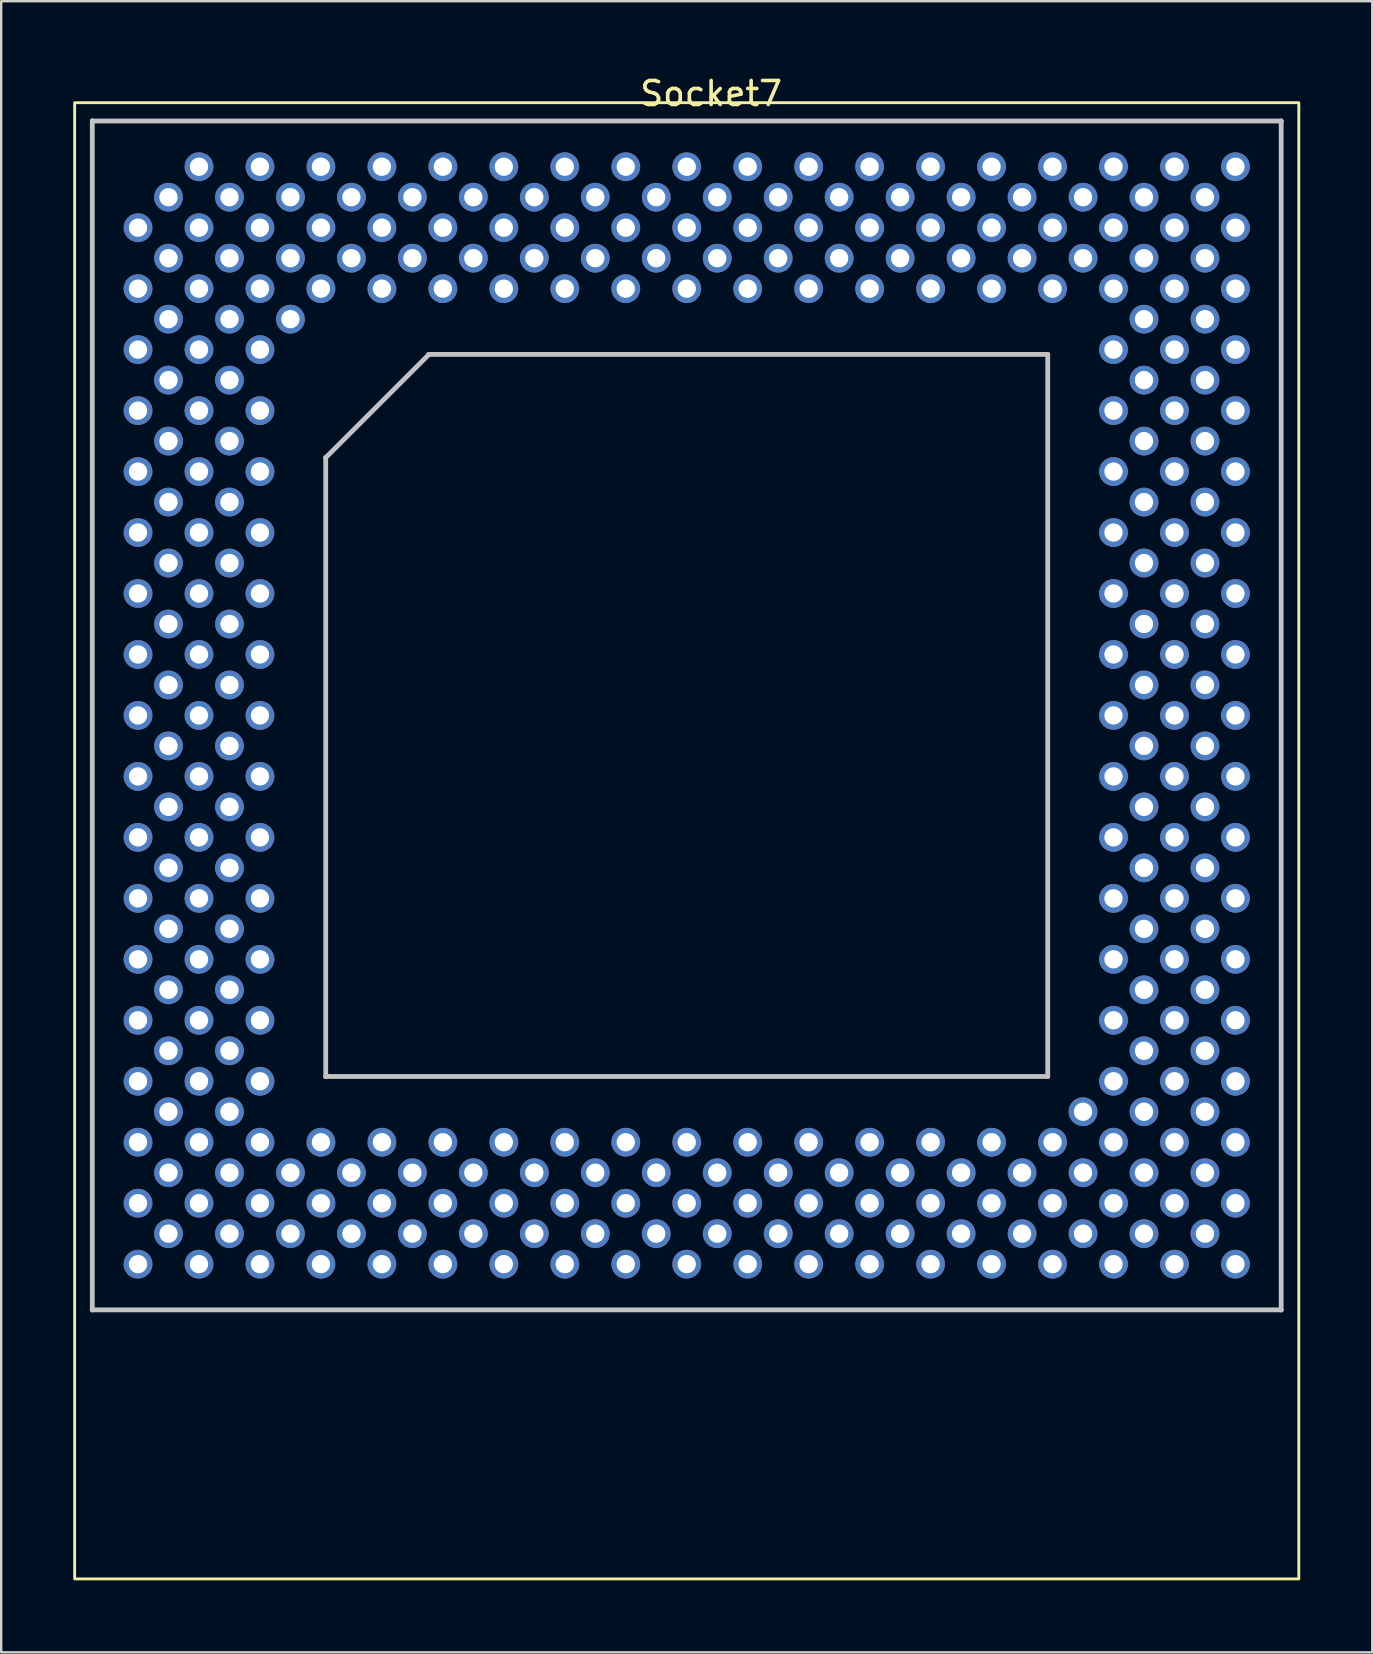
<source format=kicad_pcb>
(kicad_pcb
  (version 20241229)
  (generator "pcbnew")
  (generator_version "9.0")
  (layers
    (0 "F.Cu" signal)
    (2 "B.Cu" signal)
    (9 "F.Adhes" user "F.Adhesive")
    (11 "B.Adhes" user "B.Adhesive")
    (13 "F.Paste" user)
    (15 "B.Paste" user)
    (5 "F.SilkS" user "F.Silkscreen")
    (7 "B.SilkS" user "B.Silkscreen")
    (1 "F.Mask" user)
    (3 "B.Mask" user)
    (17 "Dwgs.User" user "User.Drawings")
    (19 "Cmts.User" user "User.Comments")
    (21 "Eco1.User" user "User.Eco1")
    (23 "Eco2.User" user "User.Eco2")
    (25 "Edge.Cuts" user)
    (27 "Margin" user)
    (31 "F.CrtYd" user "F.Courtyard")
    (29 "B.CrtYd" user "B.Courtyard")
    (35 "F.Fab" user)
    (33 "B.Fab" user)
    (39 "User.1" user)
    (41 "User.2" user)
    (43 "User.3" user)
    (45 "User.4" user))
  (footprint "Socket7"
    (layer "F.Cu")
    (at 0.668 1.737)
    (property "Reference" "Socket7" (at 25.908 -0.889 0) (layer "F.SilkS") (effects (font (size 1 1) (thickness 0.15))))
    (attr through_hole)
    (fp_rect (start -0.608 -0.508) (end 50.392 60.992) (stroke (width 0.12) (type solid)) (fill no) (layer "F.SilkS"))
    (fp_line (start 0.127 0.254) (end 0.127 0.254) (stroke (width 0.2) (type solid)) (layer "Dwgs.User"))
    (fp_line (start 0.127 0.254) (end 49.657 0.254) (stroke (width 0.2) (type solid)) (layer "Dwgs.User"))
    (fp_line (start 0.127 49.784) (end 0.127 0.254) (stroke (width 0.2) (type solid)) (layer "Dwgs.User"))
    (fp_line (start 0.127 49.784) (end 0.127 49.784) (stroke (width 0.2) (type solid)) (layer "Dwgs.User"))
    (fp_line (start 9.852 14.279) (end 9.852 14.279) (stroke (width 0.2) (type solid)) (layer "Dwgs.User"))
    (fp_line (start 9.852 14.279) (end 14.152 9.979) (stroke (width 0.2) (type solid)) (layer "Dwgs.User"))
    (fp_line (start 9.852 40.059) (end 9.852 14.279) (stroke (width 0.2) (type solid)) (layer "Dwgs.User"))
    (fp_line (start 9.852 40.059) (end 9.852 40.059) (stroke (width 0.2) (type solid)) (layer "Dwgs.User"))
    (fp_line (start 14.152 9.979) (end 14.152 9.979) (stroke (width 0.2) (type solid)) (layer "Dwgs.User"))
    (fp_line (start 14.152 9.979) (end 39.932 9.979) (stroke (width 0.2) (type solid)) (layer "Dwgs.User"))
    (fp_line (start 39.932 9.979) (end 39.932 9.979) (stroke (width 0.2) (type solid)) (layer "Dwgs.User"))
    (fp_line (start 39.932 9.979) (end 39.932 40.059) (stroke (width 0.2) (type solid)) (layer "Dwgs.User"))
    (fp_line (start 39.932 40.059) (end 9.852 40.059) (stroke (width 0.2) (type solid)) (layer "Dwgs.User"))
    (fp_line (start 39.932 40.059) (end 39.932 40.059) (stroke (width 0.2) (type solid)) (layer "Dwgs.User"))
    (fp_line (start 49.657 0.254) (end 49.657 0.254) (stroke (width 0.2) (type solid)) (layer "Dwgs.User"))
    (fp_line (start 49.657 49.784) (end 0.127 49.784) (stroke (width 0.2) (type solid)) (layer "Dwgs.User"))
    (fp_line (start 49.657 49.784) (end 49.657 0.254) (stroke (width 0.2) (type solid)) (layer "Dwgs.User"))
    (fp_line (start 49.657 49.784) (end 49.657 49.784) (stroke (width 0.2) (type solid)) (layer "Dwgs.User"))
    (pad "A03" thru_hole circle (at 4.572 2.159) (size 1.2 1.2) (drill 0.762) (layers "*.Cu" "*.Mask"))
    (pad "A05" thru_hole circle (at 7.112 2.159) (size 1.2 1.2) (drill 0.762) (layers "*.Cu" "*.Mask"))
    (pad "A07" thru_hole circle (at 9.652 2.159) (size 1.2 1.2) (drill 0.762) (layers "*.Cu" "*.Mask"))
    (pad "A09" thru_hole circle (at 12.192 2.159) (size 1.2 1.2) (drill 0.762) (layers "*.Cu" "*.Mask"))
    (pad "A11" thru_hole circle (at 14.732 2.159) (size 1.2 1.2) (drill 0.762) (layers "*.Cu" "*.Mask"))
    (pad "A13" thru_hole circle (at 17.272 2.159) (size 1.2 1.2) (drill 0.762) (layers "*.Cu" "*.Mask"))
    (pad "A15" thru_hole circle (at 19.812 2.159) (size 1.2 1.2) (drill 0.762) (layers "*.Cu" "*.Mask"))
    (pad "A17" thru_hole circle (at 22.352 2.159) (size 1.2 1.2) (drill 0.762) (layers "*.Cu" "*.Mask"))
    (pad "A19" thru_hole circle (at 24.892 2.159) (size 1.2 1.2) (drill 0.762) (layers "*.Cu" "*.Mask"))
    (pad "A21" thru_hole circle (at 27.432 2.159) (size 1.2 1.2) (drill 0.762) (layers "*.Cu" "*.Mask"))
    (pad "A23" thru_hole circle (at 29.972 2.159) (size 1.2 1.2) (drill 0.762) (layers "*.Cu" "*.Mask"))
    (pad "A25" thru_hole circle (at 32.512 2.159) (size 1.2 1.2) (drill 0.762) (layers "*.Cu" "*.Mask"))
    (pad "A27" thru_hole circle (at 35.052 2.159) (size 1.2 1.2) (drill 0.762) (layers "*.Cu" "*.Mask"))
    (pad "A29" thru_hole circle (at 37.592 2.159) (size 1.2 1.2) (drill 0.762) (layers "*.Cu" "*.Mask"))
    (pad "A31" thru_hole circle (at 40.132 2.159) (size 1.2 1.2) (drill 0.762) (layers "*.Cu" "*.Mask"))
    (pad "A33" thru_hole circle (at 42.672 2.159) (size 1.2 1.2) (drill 0.762) (layers "*.Cu" "*.Mask"))
    (pad "A35" thru_hole circle (at 45.212 2.159) (size 1.2 1.2) (drill 0.762) (layers "*.Cu" "*.Mask"))
    (pad "A37" thru_hole circle (at 47.752 2.159) (size 1.2 1.2) (drill 0.762) (layers "*.Cu" "*.Mask"))
    (pad "AA01" thru_hole circle (at 2.032 32.639) (size 1.2 1.2) (drill 0.762) (layers "*.Cu" "*.Mask"))
    (pad "AA03" thru_hole circle (at 4.572 32.639) (size 1.2 1.2) (drill 0.762) (layers "*.Cu" "*.Mask"))
    (pad "AA05" thru_hole circle (at 7.112 32.639) (size 1.2 1.2) (drill 0.762) (layers "*.Cu" "*.Mask"))
    (pad "AA33" thru_hole circle (at 42.672 32.639) (size 1.2 1.2) (drill 0.762) (layers "*.Cu" "*.Mask"))
    (pad "AA35" thru_hole circle (at 45.212 32.639) (size 1.2 1.2) (drill 0.762) (layers "*.Cu" "*.Mask"))
    (pad "AA37" thru_hole circle (at 47.752 32.639) (size 1.2 1.2) (drill 0.762) (layers "*.Cu" "*.Mask"))
    (pad "AB02" thru_hole circle (at 3.302 33.909) (size 1.2 1.2) (drill 0.762) (layers "*.Cu" "*.Mask"))
    (pad "AB04" thru_hole circle (at 5.842 33.909) (size 1.2 1.2) (drill 0.762) (layers "*.Cu" "*.Mask"))
    (pad "AB34" thru_hole circle (at 43.942 33.909) (size 1.2 1.2) (drill 0.762) (layers "*.Cu" "*.Mask"))
    (pad "AB36" thru_hole circle (at 46.482 33.909) (size 1.2 1.2) (drill 0.762) (layers "*.Cu" "*.Mask"))
    (pad "AC01" thru_hole circle (at 2.032 35.179) (size 1.2 1.2) (drill 0.762) (layers "*.Cu" "*.Mask"))
    (pad "AC03" thru_hole circle (at 4.572 35.179) (size 1.2 1.2) (drill 0.762) (layers "*.Cu" "*.Mask"))
    (pad "AC05" thru_hole circle (at 7.112 35.179) (size 1.2 1.2) (drill 0.762) (layers "*.Cu" "*.Mask"))
    (pad "AC33" thru_hole circle (at 42.672 35.179) (size 1.2 1.2) (drill 0.762) (layers "*.Cu" "*.Mask"))
    (pad "AC35" thru_hole circle (at 45.212 35.179) (size 1.2 1.2) (drill 0.762) (layers "*.Cu" "*.Mask"))
    (pad "AC37" thru_hole circle (at 47.752 35.179) (size 1.2 1.2) (drill 0.762) (layers "*.Cu" "*.Mask"))
    (pad "AD02" thru_hole circle (at 3.302 36.449) (size 1.2 1.2) (drill 0.762) (layers "*.Cu" "*.Mask"))
    (pad "AD04" thru_hole circle (at 5.842 36.449) (size 1.2 1.2) (drill 0.762) (layers "*.Cu" "*.Mask"))
    (pad "AD34" thru_hole circle (at 43.942 36.449) (size 1.2 1.2) (drill 0.762) (layers "*.Cu" "*.Mask"))
    (pad "AD36" thru_hole circle (at 46.482 36.449) (size 1.2 1.2) (drill 0.762) (layers "*.Cu" "*.Mask"))
    (pad "AE01" thru_hole circle (at 2.032 37.719) (size 1.2 1.2) (drill 0.762) (layers "*.Cu" "*.Mask"))
    (pad "AE03" thru_hole circle (at 4.572 37.719) (size 1.2 1.2) (drill 0.762) (layers "*.Cu" "*.Mask"))
    (pad "AE05" thru_hole circle (at 7.112 37.719) (size 1.2 1.2) (drill 0.762) (layers "*.Cu" "*.Mask"))
    (pad "AE33" thru_hole circle (at 42.672 37.719) (size 1.2 1.2) (drill 0.762) (layers "*.Cu" "*.Mask"))
    (pad "AE35" thru_hole circle (at 45.212 37.719) (size 1.2 1.2) (drill 0.762) (layers "*.Cu" "*.Mask"))
    (pad "AE37" thru_hole circle (at 47.752 37.719) (size 1.2 1.2) (drill 0.762) (layers "*.Cu" "*.Mask"))
    (pad "AF02" thru_hole circle (at 3.302 38.989) (size 1.2 1.2) (drill 0.762) (layers "*.Cu" "*.Mask"))
    (pad "AF04" thru_hole circle (at 5.842 38.989) (size 1.2 1.2) (drill 0.762) (layers "*.Cu" "*.Mask"))
    (pad "AF34" thru_hole circle (at 43.942 38.989) (size 1.2 1.2) (drill 0.762) (layers "*.Cu" "*.Mask"))
    (pad "AF36" thru_hole circle (at 46.482 38.989) (size 1.2 1.2) (drill 0.762) (layers "*.Cu" "*.Mask"))
    (pad "AG01" thru_hole circle (at 2.032 40.259) (size 1.2 1.2) (drill 0.762) (layers "*.Cu" "*.Mask"))
    (pad "AG03" thru_hole circle (at 4.572 40.259) (size 1.2 1.2) (drill 0.762) (layers "*.Cu" "*.Mask"))
    (pad "AG05" thru_hole circle (at 7.112 40.259) (size 1.2 1.2) (drill 0.762) (layers "*.Cu" "*.Mask"))
    (pad "AG33" thru_hole circle (at 42.672 40.259) (size 1.2 1.2) (drill 0.762) (layers "*.Cu" "*.Mask"))
    (pad "AG35" thru_hole circle (at 45.212 40.259) (size 1.2 1.2) (drill 0.762) (layers "*.Cu" "*.Mask"))
    (pad "AG37" thru_hole circle (at 47.752 40.259) (size 1.2 1.2) (drill 0.762) (layers "*.Cu" "*.Mask"))
    (pad "AH02" thru_hole circle (at 3.302 41.529) (size 1.2 1.2) (drill 0.762) (layers "*.Cu" "*.Mask"))
    (pad "AH04" thru_hole circle (at 5.842 41.529) (size 1.2 1.2) (drill 0.762) (layers "*.Cu" "*.Mask"))
    (pad "AH32" thru_hole circle (at 41.402 41.529) (size 1.2 1.2) (drill 0.762) (layers "*.Cu" "*.Mask"))
    (pad "AH34" thru_hole circle (at 43.942 41.529) (size 1.2 1.2) (drill 0.762) (layers "*.Cu" "*.Mask"))
    (pad "AH36" thru_hole circle (at 46.482 41.529) (size 1.2 1.2) (drill 0.762) (layers "*.Cu" "*.Mask"))
    (pad "AJ01" thru_hole circle (at 2.032 42.799) (size 1.2 1.2) (drill 0.762) (layers "*.Cu" "*.Mask"))
    (pad "AJ03" thru_hole circle (at 4.572 42.799) (size 1.2 1.2) (drill 0.762) (layers "*.Cu" "*.Mask"))
    (pad "AJ05" thru_hole circle (at 7.112 42.799) (size 1.2 1.2) (drill 0.762) (layers "*.Cu" "*.Mask"))
    (pad "AJ07" thru_hole circle (at 9.652 42.799) (size 1.2 1.2) (drill 0.762) (layers "*.Cu" "*.Mask"))
    (pad "AJ09" thru_hole circle (at 12.192 42.799) (size 1.2 1.2) (drill 0.762) (layers "*.Cu" "*.Mask"))
    (pad "AJ11" thru_hole circle (at 14.732 42.799) (size 1.2 1.2) (drill 0.762) (layers "*.Cu" "*.Mask"))
    (pad "AJ13" thru_hole circle (at 17.272 42.799) (size 1.2 1.2) (drill 0.762) (layers "*.Cu" "*.Mask"))
    (pad "AJ15" thru_hole circle (at 19.812 42.799) (size 1.2 1.2) (drill 0.762) (layers "*.Cu" "*.Mask"))
    (pad "AJ17" thru_hole circle (at 22.352 42.799) (size 1.2 1.2) (drill 0.762) (layers "*.Cu" "*.Mask"))
    (pad "AJ19" thru_hole circle (at 24.892 42.799) (size 1.2 1.2) (drill 0.762) (layers "*.Cu" "*.Mask"))
    (pad "AJ21" thru_hole circle (at 27.432 42.799) (size 1.2 1.2) (drill 0.762) (layers "*.Cu" "*.Mask"))
    (pad "AJ23" thru_hole circle (at 29.972 42.799) (size 1.2 1.2) (drill 0.762) (layers "*.Cu" "*.Mask"))
    (pad "AJ25" thru_hole circle (at 32.512 42.799) (size 1.2 1.2) (drill 0.762) (layers "*.Cu" "*.Mask"))
    (pad "AJ27" thru_hole circle (at 35.052 42.799) (size 1.2 1.2) (drill 0.762) (layers "*.Cu" "*.Mask"))
    (pad "AJ29" thru_hole circle (at 37.592 42.799) (size 1.2 1.2) (drill 0.762) (layers "*.Cu" "*.Mask"))
    (pad "AJ31" thru_hole circle (at 40.132 42.799) (size 1.2 1.2) (drill 0.762) (layers "*.Cu" "*.Mask"))
    (pad "AJ33" thru_hole circle (at 42.672 42.799) (size 1.2 1.2) (drill 0.762) (layers "*.Cu" "*.Mask"))
    (pad "AJ35" thru_hole circle (at 45.212 42.799) (size 1.2 1.2) (drill 0.762) (layers "*.Cu" "*.Mask"))
    (pad "AJ37" thru_hole circle (at 47.752 42.799) (size 1.2 1.2) (drill 0.762) (layers "*.Cu" "*.Mask"))
    (pad "AK02" thru_hole circle (at 3.302 44.069) (size 1.2 1.2) (drill 0.762) (layers "*.Cu" "*.Mask"))
    (pad "AK04" thru_hole circle (at 5.842 44.069) (size 1.2 1.2) (drill 0.762) (layers "*.Cu" "*.Mask"))
    (pad "AK06" thru_hole circle (at 8.382 44.069) (size 1.2 1.2) (drill 0.762) (layers "*.Cu" "*.Mask"))
    (pad "AK08" thru_hole circle (at 10.922 44.069) (size 1.2 1.2) (drill 0.762) (layers "*.Cu" "*.Mask"))
    (pad "AK10" thru_hole circle (at 13.462 44.069) (size 1.2 1.2) (drill 0.762) (layers "*.Cu" "*.Mask"))
    (pad "AK12" thru_hole circle (at 16.002 44.069) (size 1.2 1.2) (drill 0.762) (layers "*.Cu" "*.Mask"))
    (pad "AK14" thru_hole circle (at 18.542 44.069) (size 1.2 1.2) (drill 0.762) (layers "*.Cu" "*.Mask"))
    (pad "AK16" thru_hole circle (at 21.082 44.069) (size 1.2 1.2) (drill 0.762) (layers "*.Cu" "*.Mask"))
    (pad "AK18" thru_hole circle (at 23.622 44.069) (size 1.2 1.2) (drill 0.762) (layers "*.Cu" "*.Mask"))
    (pad "AK20" thru_hole circle (at 26.162 44.069) (size 1.2 1.2) (drill 0.762) (layers "*.Cu" "*.Mask"))
    (pad "AK22" thru_hole circle (at 28.702 44.069) (size 1.2 1.2) (drill 0.762) (layers "*.Cu" "*.Mask"))
    (pad "AK24" thru_hole circle (at 31.242 44.069) (size 1.2 1.2) (drill 0.762) (layers "*.Cu" "*.Mask"))
    (pad "AK26" thru_hole circle (at 33.782 44.069) (size 1.2 1.2) (drill 0.762) (layers "*.Cu" "*.Mask"))
    (pad "AK28" thru_hole circle (at 36.322 44.069) (size 1.2 1.2) (drill 0.762) (layers "*.Cu" "*.Mask"))
    (pad "AK30" thru_hole circle (at 38.862 44.069) (size 1.2 1.2) (drill 0.762) (layers "*.Cu" "*.Mask"))
    (pad "AK32" thru_hole circle (at 41.402 44.069) (size 1.2 1.2) (drill 0.762) (layers "*.Cu" "*.Mask"))
    (pad "AK34" thru_hole circle (at 43.942 44.069) (size 1.2 1.2) (drill 0.762) (layers "*.Cu" "*.Mask"))
    (pad "AK36" thru_hole circle (at 46.482 44.069) (size 1.2 1.2) (drill 0.762) (layers "*.Cu" "*.Mask"))
    (pad "AL01" thru_hole circle (at 2.032 45.339) (size 1.2 1.2) (drill 0.762) (layers "*.Cu" "*.Mask"))
    (pad "AL03" thru_hole circle (at 4.572 45.339) (size 1.2 1.2) (drill 0.762) (layers "*.Cu" "*.Mask"))
    (pad "AL05" thru_hole circle (at 7.112 45.339) (size 1.2 1.2) (drill 0.762) (layers "*.Cu" "*.Mask"))
    (pad "AL07" thru_hole circle (at 9.652 45.339) (size 1.2 1.2) (drill 0.762) (layers "*.Cu" "*.Mask"))
    (pad "AL09" thru_hole circle (at 12.192 45.339) (size 1.2 1.2) (drill 0.762) (layers "*.Cu" "*.Mask"))
    (pad "AL11" thru_hole circle (at 14.732 45.339) (size 1.2 1.2) (drill 0.762) (layers "*.Cu" "*.Mask"))
    (pad "AL13" thru_hole circle (at 17.272 45.339) (size 1.2 1.2) (drill 0.762) (layers "*.Cu" "*.Mask"))
    (pad "AL15" thru_hole circle (at 19.812 45.339) (size 1.2 1.2) (drill 0.762) (layers "*.Cu" "*.Mask"))
    (pad "AL17" thru_hole circle (at 22.352 45.339) (size 1.2 1.2) (drill 0.762) (layers "*.Cu" "*.Mask"))
    (pad "AL19" thru_hole circle (at 24.892 45.339) (size 1.2 1.2) (drill 0.762) (layers "*.Cu" "*.Mask"))
    (pad "AL21" thru_hole circle (at 27.432 45.339) (size 1.2 1.2) (drill 0.762) (layers "*.Cu" "*.Mask"))
    (pad "AL23" thru_hole circle (at 29.972 45.339) (size 1.2 1.2) (drill 0.762) (layers "*.Cu" "*.Mask"))
    (pad "AL25" thru_hole circle (at 32.512 45.339) (size 1.2 1.2) (drill 0.762) (layers "*.Cu" "*.Mask"))
    (pad "AL27" thru_hole circle (at 35.052 45.339) (size 1.2 1.2) (drill 0.762) (layers "*.Cu" "*.Mask"))
    (pad "AL29" thru_hole circle (at 37.592 45.339) (size 1.2 1.2) (drill 0.762) (layers "*.Cu" "*.Mask"))
    (pad "AL31" thru_hole circle (at 40.132 45.339) (size 1.2 1.2) (drill 0.762) (layers "*.Cu" "*.Mask"))
    (pad "AL33" thru_hole circle (at 42.672 45.339) (size 1.2 1.2) (drill 0.762) (layers "*.Cu" "*.Mask"))
    (pad "AL35" thru_hole circle (at 45.212 45.339) (size 1.2 1.2) (drill 0.762) (layers "*.Cu" "*.Mask"))
    (pad "AL37" thru_hole circle (at 47.752 45.339) (size 1.2 1.2) (drill 0.762) (layers "*.Cu" "*.Mask"))
    (pad "AM02" thru_hole circle (at 3.302 46.609) (size 1.2 1.2) (drill 0.762) (layers "*.Cu" "*.Mask"))
    (pad "AM04" thru_hole circle (at 5.842 46.609) (size 1.2 1.2) (drill 0.762) (layers "*.Cu" "*.Mask"))
    (pad "AM06" thru_hole circle (at 8.382 46.609) (size 1.2 1.2) (drill 0.762) (layers "*.Cu" "*.Mask"))
    (pad "AM08" thru_hole circle (at 10.922 46.609) (size 1.2 1.2) (drill 0.762) (layers "*.Cu" "*.Mask"))
    (pad "AM10" thru_hole circle (at 13.462 46.609) (size 1.2 1.2) (drill 0.762) (layers "*.Cu" "*.Mask"))
    (pad "AM12" thru_hole circle (at 16.002 46.609) (size 1.2 1.2) (drill 0.762) (layers "*.Cu" "*.Mask"))
    (pad "AM14" thru_hole circle (at 18.542 46.609) (size 1.2 1.2) (drill 0.762) (layers "*.Cu" "*.Mask"))
    (pad "AM16" thru_hole circle (at 21.082 46.609) (size 1.2 1.2) (drill 0.762) (layers "*.Cu" "*.Mask"))
    (pad "AM18" thru_hole circle (at 23.622 46.609) (size 1.2 1.2) (drill 0.762) (layers "*.Cu" "*.Mask"))
    (pad "AM20" thru_hole circle (at 26.162 46.609) (size 1.2 1.2) (drill 0.762) (layers "*.Cu" "*.Mask"))
    (pad "AM22" thru_hole circle (at 28.702 46.609) (size 1.2 1.2) (drill 0.762) (layers "*.Cu" "*.Mask"))
    (pad "AM24" thru_hole circle (at 31.242 46.609) (size 1.2 1.2) (drill 0.762) (layers "*.Cu" "*.Mask"))
    (pad "AM26" thru_hole circle (at 33.782 46.609) (size 1.2 1.2) (drill 0.762) (layers "*.Cu" "*.Mask"))
    (pad "AM28" thru_hole circle (at 36.322 46.609) (size 1.2 1.2) (drill 0.762) (layers "*.Cu" "*.Mask"))
    (pad "AM30" thru_hole circle (at 38.862 46.609) (size 1.2 1.2) (drill 0.762) (layers "*.Cu" "*.Mask"))
    (pad "AM32" thru_hole circle (at 41.402 46.609) (size 1.2 1.2) (drill 0.762) (layers "*.Cu" "*.Mask"))
    (pad "AM34" thru_hole circle (at 43.942 46.609) (size 1.2 1.2) (drill 0.762) (layers "*.Cu" "*.Mask"))
    (pad "AM36" thru_hole circle (at 46.482 46.609) (size 1.2 1.2) (drill 0.762) (layers "*.Cu" "*.Mask"))
    (pad "AN01" thru_hole circle (at 2.032 47.879) (size 1.2 1.2) (drill 0.762) (layers "*.Cu" "*.Mask"))
    (pad "AN03" thru_hole circle (at 4.572 47.879) (size 1.2 1.2) (drill 0.762) (layers "*.Cu" "*.Mask"))
    (pad "AN05" thru_hole circle (at 7.112 47.879) (size 1.2 1.2) (drill 0.762) (layers "*.Cu" "*.Mask"))
    (pad "AN07" thru_hole circle (at 9.652 47.879) (size 1.2 1.2) (drill 0.762) (layers "*.Cu" "*.Mask"))
    (pad "AN09" thru_hole circle (at 12.192 47.879) (size 1.2 1.2) (drill 0.762) (layers "*.Cu" "*.Mask"))
    (pad "AN11" thru_hole circle (at 14.732 47.879) (size 1.2 1.2) (drill 0.762) (layers "*.Cu" "*.Mask"))
    (pad "AN13" thru_hole circle (at 17.272 47.879) (size 1.2 1.2) (drill 0.762) (layers "*.Cu" "*.Mask"))
    (pad "AN15" thru_hole circle (at 19.812 47.879) (size 1.2 1.2) (drill 0.762) (layers "*.Cu" "*.Mask"))
    (pad "AN17" thru_hole circle (at 22.352 47.879) (size 1.2 1.2) (drill 0.762) (layers "*.Cu" "*.Mask"))
    (pad "AN19" thru_hole circle (at 24.892 47.879) (size 1.2 1.2) (drill 0.762) (layers "*.Cu" "*.Mask"))
    (pad "AN21" thru_hole circle (at 27.432 47.879) (size 1.2 1.2) (drill 0.762) (layers "*.Cu" "*.Mask"))
    (pad "AN23" thru_hole circle (at 29.972 47.879) (size 1.2 1.2) (drill 0.762) (layers "*.Cu" "*.Mask"))
    (pad "AN25" thru_hole circle (at 32.512 47.879) (size 1.2 1.2) (drill 0.762) (layers "*.Cu" "*.Mask"))
    (pad "AN27" thru_hole circle (at 35.052 47.879) (size 1.2 1.2) (drill 0.762) (layers "*.Cu" "*.Mask"))
    (pad "AN29" thru_hole circle (at 37.592 47.879) (size 1.2 1.2) (drill 0.762) (layers "*.Cu" "*.Mask"))
    (pad "AN31" thru_hole circle (at 40.132 47.879) (size 1.2 1.2) (drill 0.762) (layers "*.Cu" "*.Mask"))
    (pad "AN33" thru_hole circle (at 42.672 47.879) (size 1.2 1.2) (drill 0.762) (layers "*.Cu" "*.Mask"))
    (pad "AN35" thru_hole circle (at 45.212 47.879) (size 1.2 1.2) (drill 0.762) (layers "*.Cu" "*.Mask"))
    (pad "AN37" thru_hole circle (at 47.752 47.879) (size 1.2 1.2) (drill 0.762) (layers "*.Cu" "*.Mask"))
    (pad "B02" thru_hole circle (at 3.302 3.429) (size 1.2 1.2) (drill 0.762) (layers "*.Cu" "*.Mask"))
    (pad "B04" thru_hole circle (at 5.842 3.429) (size 1.2 1.2) (drill 0.762) (layers "*.Cu" "*.Mask"))
    (pad "B06" thru_hole circle (at 8.382 3.429) (size 1.2 1.2) (drill 0.762) (layers "*.Cu" "*.Mask"))
    (pad "B08" thru_hole circle (at 10.922 3.429) (size 1.2 1.2) (drill 0.762) (layers "*.Cu" "*.Mask"))
    (pad "B10" thru_hole circle (at 13.462 3.429) (size 1.2 1.2) (drill 0.762) (layers "*.Cu" "*.Mask"))
    (pad "B12" thru_hole circle (at 16.002 3.429) (size 1.2 1.2) (drill 0.762) (layers "*.Cu" "*.Mask"))
    (pad "B14" thru_hole circle (at 18.542 3.429) (size 1.2 1.2) (drill 0.762) (layers "*.Cu" "*.Mask"))
    (pad "B16" thru_hole circle (at 21.082 3.429) (size 1.2 1.2) (drill 0.762) (layers "*.Cu" "*.Mask"))
    (pad "B18" thru_hole circle (at 23.622 3.429) (size 1.2 1.2) (drill 0.762) (layers "*.Cu" "*.Mask"))
    (pad "B20" thru_hole circle (at 26.162 3.429) (size 1.2 1.2) (drill 0.762) (layers "*.Cu" "*.Mask"))
    (pad "B22" thru_hole circle (at 28.702 3.429) (size 1.2 1.2) (drill 0.762) (layers "*.Cu" "*.Mask"))
    (pad "B24" thru_hole circle (at 31.242 3.429) (size 1.2 1.2) (drill 0.762) (layers "*.Cu" "*.Mask"))
    (pad "B26" thru_hole circle (at 33.782 3.429) (size 1.2 1.2) (drill 0.762) (layers "*.Cu" "*.Mask"))
    (pad "B28" thru_hole circle (at 36.322 3.429) (size 1.2 1.2) (drill 0.762) (layers "*.Cu" "*.Mask"))
    (pad "B30" thru_hole circle (at 38.862 3.429) (size 1.2 1.2) (drill 0.762) (layers "*.Cu" "*.Mask"))
    (pad "B32" thru_hole circle (at 41.402 3.429) (size 1.2 1.2) (drill 0.762) (layers "*.Cu" "*.Mask"))
    (pad "B34" thru_hole circle (at 43.942 3.429) (size 1.2 1.2) (drill 0.762) (layers "*.Cu" "*.Mask"))
    (pad "B36" thru_hole circle (at 46.482 3.429) (size 1.2 1.2) (drill 0.762) (layers "*.Cu" "*.Mask"))
    (pad "C01" thru_hole circle (at 2.032 4.699) (size 1.2 1.2) (drill 0.762) (layers "*.Cu" "*.Mask"))
    (pad "C03" thru_hole circle (at 4.572 4.699) (size 1.2 1.2) (drill 0.762) (layers "*.Cu" "*.Mask"))
    (pad "C05" thru_hole circle (at 7.112 4.699) (size 1.2 1.2) (drill 0.762) (layers "*.Cu" "*.Mask"))
    (pad "C07" thru_hole circle (at 9.652 4.699) (size 1.2 1.2) (drill 0.762) (layers "*.Cu" "*.Mask"))
    (pad "C09" thru_hole circle (at 12.192 4.699) (size 1.2 1.2) (drill 0.762) (layers "*.Cu" "*.Mask"))
    (pad "C11" thru_hole circle (at 14.732 4.699) (size 1.2 1.2) (drill 0.762) (layers "*.Cu" "*.Mask"))
    (pad "C13" thru_hole circle (at 17.272 4.699) (size 1.2 1.2) (drill 0.762) (layers "*.Cu" "*.Mask"))
    (pad "C15" thru_hole circle (at 19.812 4.699) (size 1.2 1.2) (drill 0.762) (layers "*.Cu" "*.Mask"))
    (pad "C17" thru_hole circle (at 22.352 4.699) (size 1.2 1.2) (drill 0.762) (layers "*.Cu" "*.Mask"))
    (pad "C19" thru_hole circle (at 24.892 4.699) (size 1.2 1.2) (drill 0.762) (layers "*.Cu" "*.Mask"))
    (pad "C21" thru_hole circle (at 27.432 4.699) (size 1.2 1.2) (drill 0.762) (layers "*.Cu" "*.Mask"))
    (pad "C23" thru_hole circle (at 29.972 4.699) (size 1.2 1.2) (drill 0.762) (layers "*.Cu" "*.Mask"))
    (pad "C25" thru_hole circle (at 32.512 4.699) (size 1.2 1.2) (drill 0.762) (layers "*.Cu" "*.Mask"))
    (pad "C27" thru_hole circle (at 35.052 4.699) (size 1.2 1.2) (drill 0.762) (layers "*.Cu" "*.Mask"))
    (pad "C29" thru_hole circle (at 37.592 4.699) (size 1.2 1.2) (drill 0.762) (layers "*.Cu" "*.Mask"))
    (pad "C31" thru_hole circle (at 40.132 4.699) (size 1.2 1.2) (drill 0.762) (layers "*.Cu" "*.Mask"))
    (pad "C33" thru_hole circle (at 42.672 4.699) (size 1.2 1.2) (drill 0.762) (layers "*.Cu" "*.Mask"))
    (pad "C35" thru_hole circle (at 45.212 4.699) (size 1.2 1.2) (drill 0.762) (layers "*.Cu" "*.Mask"))
    (pad "C37" thru_hole circle (at 47.752 4.699) (size 1.2 1.2) (drill 0.762) (layers "*.Cu" "*.Mask"))
    (pad "D02" thru_hole circle (at 3.302 5.969) (size 1.2 1.2) (drill 0.762) (layers "*.Cu" "*.Mask"))
    (pad "D04" thru_hole circle (at 5.842 5.969) (size 1.2 1.2) (drill 0.762) (layers "*.Cu" "*.Mask"))
    (pad "D06" thru_hole circle (at 8.382 5.969) (size 1.2 1.2) (drill 0.762) (layers "*.Cu" "*.Mask"))
    (pad "D08" thru_hole circle (at 10.922 5.969) (size 1.2 1.2) (drill 0.762) (layers "*.Cu" "*.Mask"))
    (pad "D10" thru_hole circle (at 13.462 5.969) (size 1.2 1.2) (drill 0.762) (layers "*.Cu" "*.Mask"))
    (pad "D12" thru_hole circle (at 16.002 5.969) (size 1.2 1.2) (drill 0.762) (layers "*.Cu" "*.Mask"))
    (pad "D14" thru_hole circle (at 18.542 5.969) (size 1.2 1.2) (drill 0.762) (layers "*.Cu" "*.Mask"))
    (pad "D16" thru_hole circle (at 21.082 5.969) (size 1.2 1.2) (drill 0.762) (layers "*.Cu" "*.Mask"))
    (pad "D18" thru_hole circle (at 23.622 5.969) (size 1.2 1.2) (drill 0.762) (layers "*.Cu" "*.Mask"))
    (pad "D20" thru_hole circle (at 26.162 5.969) (size 1.2 1.2) (drill 0.762) (layers "*.Cu" "*.Mask"))
    (pad "D22" thru_hole circle (at 28.702 5.969) (size 1.2 1.2) (drill 0.762) (layers "*.Cu" "*.Mask"))
    (pad "D24" thru_hole circle (at 31.242 5.969) (size 1.2 1.2) (drill 0.762) (layers "*.Cu" "*.Mask"))
    (pad "D26" thru_hole circle (at 33.782 5.969) (size 1.2 1.2) (drill 0.762) (layers "*.Cu" "*.Mask"))
    (pad "D28" thru_hole circle (at 36.322 5.969) (size 1.2 1.2) (drill 0.762) (layers "*.Cu" "*.Mask"))
    (pad "D30" thru_hole circle (at 38.862 5.969) (size 1.2 1.2) (drill 0.762) (layers "*.Cu" "*.Mask"))
    (pad "D32" thru_hole circle (at 41.402 5.969) (size 1.2 1.2) (drill 0.762) (layers "*.Cu" "*.Mask"))
    (pad "D34" thru_hole circle (at 43.942 5.969) (size 1.2 1.2) (drill 0.762) (layers "*.Cu" "*.Mask"))
    (pad "D36" thru_hole circle (at 46.482 5.969) (size 1.2 1.2) (drill 0.762) (layers "*.Cu" "*.Mask"))
    (pad "E01" thru_hole circle (at 2.032 7.239) (size 1.2 1.2) (drill 0.762) (layers "*.Cu" "*.Mask"))
    (pad "E03" thru_hole circle (at 4.572 7.239) (size 1.2 1.2) (drill 0.762) (layers "*.Cu" "*.Mask"))
    (pad "E05" thru_hole circle (at 7.112 7.239) (size 1.2 1.2) (drill 0.762) (layers "*.Cu" "*.Mask"))
    (pad "E07" thru_hole circle (at 9.652 7.239) (size 1.2 1.2) (drill 0.762) (layers "*.Cu" "*.Mask"))
    (pad "E09" thru_hole circle (at 12.192 7.239) (size 1.2 1.2) (drill 0.762) (layers "*.Cu" "*.Mask"))
    (pad "E11" thru_hole circle (at 14.732 7.239) (size 1.2 1.2) (drill 0.762) (layers "*.Cu" "*.Mask"))
    (pad "E13" thru_hole circle (at 17.272 7.239) (size 1.2 1.2) (drill 0.762) (layers "*.Cu" "*.Mask"))
    (pad "E15" thru_hole circle (at 19.812 7.239) (size 1.2 1.2) (drill 0.762) (layers "*.Cu" "*.Mask"))
    (pad "E17" thru_hole circle (at 22.352 7.239) (size 1.2 1.2) (drill 0.762) (layers "*.Cu" "*.Mask"))
    (pad "E19" thru_hole circle (at 24.892 7.239) (size 1.2 1.2) (drill 0.762) (layers "*.Cu" "*.Mask"))
    (pad "E21" thru_hole circle (at 27.432 7.239) (size 1.2 1.2) (drill 0.762) (layers "*.Cu" "*.Mask"))
    (pad "E23" thru_hole circle (at 29.972 7.239) (size 1.2 1.2) (drill 0.762) (layers "*.Cu" "*.Mask"))
    (pad "E25" thru_hole circle (at 32.512 7.239) (size 1.2 1.2) (drill 0.762) (layers "*.Cu" "*.Mask"))
    (pad "E27" thru_hole circle (at 35.052 7.239) (size 1.2 1.2) (drill 0.762) (layers "*.Cu" "*.Mask"))
    (pad "E29" thru_hole circle (at 37.592 7.239) (size 1.2 1.2) (drill 0.762) (layers "*.Cu" "*.Mask"))
    (pad "E31" thru_hole circle (at 40.132 7.239) (size 1.2 1.2) (drill 0.762) (layers "*.Cu" "*.Mask"))
    (pad "E33" thru_hole circle (at 42.672 7.239) (size 1.2 1.2) (drill 0.762) (layers "*.Cu" "*.Mask"))
    (pad "E35" thru_hole circle (at 45.212 7.239) (size 1.2 1.2) (drill 0.762) (layers "*.Cu" "*.Mask"))
    (pad "E37" thru_hole circle (at 47.752 7.239) (size 1.2 1.2) (drill 0.762) (layers "*.Cu" "*.Mask"))
    (pad "F02" thru_hole circle (at 3.302 8.509) (size 1.2 1.2) (drill 0.762) (layers "*.Cu" "*.Mask"))
    (pad "F04" thru_hole circle (at 5.842 8.509) (size 1.2 1.2) (drill 0.762) (layers "*.Cu" "*.Mask"))
    (pad "F06" thru_hole circle (at 8.382 8.509) (size 1.2 1.2) (drill 0.762) (layers "*.Cu" "*.Mask"))
    (pad "F34" thru_hole circle (at 43.942 8.509) (size 1.2 1.2) (drill 0.762) (layers "*.Cu" "*.Mask"))
    (pad "F36" thru_hole circle (at 46.482 8.509) (size 1.2 1.2) (drill 0.762) (layers "*.Cu" "*.Mask"))
    (pad "G01" thru_hole circle (at 2.032 9.779) (size 1.2 1.2) (drill 0.762) (layers "*.Cu" "*.Mask"))
    (pad "G03" thru_hole circle (at 4.572 9.779) (size 1.2 1.2) (drill 0.762) (layers "*.Cu" "*.Mask"))
    (pad "G05" thru_hole circle (at 7.112 9.779) (size 1.2 1.2) (drill 0.762) (layers "*.Cu" "*.Mask"))
    (pad "G33" thru_hole circle (at 42.672 9.779) (size 1.2 1.2) (drill 0.762) (layers "*.Cu" "*.Mask"))
    (pad "G35" thru_hole circle (at 45.212 9.779) (size 1.2 1.2) (drill 0.762) (layers "*.Cu" "*.Mask"))
    (pad "G37" thru_hole circle (at 47.752 9.779) (size 1.2 1.2) (drill 0.762) (layers "*.Cu" "*.Mask"))
    (pad "H02" thru_hole circle (at 3.302 11.049) (size 1.2 1.2) (drill 0.762) (layers "*.Cu" "*.Mask"))
    (pad "H04" thru_hole circle (at 5.842 11.049) (size 1.2 1.2) (drill 0.762) (layers "*.Cu" "*.Mask"))
    (pad "H34" thru_hole circle (at 43.942 11.049) (size 1.2 1.2) (drill 0.762) (layers "*.Cu" "*.Mask"))
    (pad "H36" thru_hole circle (at 46.482 11.049) (size 1.2 1.2) (drill 0.762) (layers "*.Cu" "*.Mask"))
    (pad "J01" thru_hole circle (at 2.032 12.319) (size 1.2 1.2) (drill 0.762) (layers "*.Cu" "*.Mask"))
    (pad "J03" thru_hole circle (at 4.572 12.319) (size 1.2 1.2) (drill 0.762) (layers "*.Cu" "*.Mask"))
    (pad "J05" thru_hole circle (at 7.112 12.319) (size 1.2 1.2) (drill 0.762) (layers "*.Cu" "*.Mask"))
    (pad "J33" thru_hole circle (at 42.672 12.319) (size 1.2 1.2) (drill 0.762) (layers "*.Cu" "*.Mask"))
    (pad "J35" thru_hole circle (at 45.212 12.319) (size 1.2 1.2) (drill 0.762) (layers "*.Cu" "*.Mask"))
    (pad "J37" thru_hole circle (at 47.752 12.319) (size 1.2 1.2) (drill 0.762) (layers "*.Cu" "*.Mask"))
    (pad "K02" thru_hole circle (at 3.302 13.589) (size 1.2 1.2) (drill 0.762) (layers "*.Cu" "*.Mask"))
    (pad "K04" thru_hole circle (at 5.842 13.589) (size 1.2 1.2) (drill 0.762) (layers "*.Cu" "*.Mask"))
    (pad "K34" thru_hole circle (at 43.942 13.589) (size 1.2 1.2) (drill 0.762) (layers "*.Cu" "*.Mask"))
    (pad "K36" thru_hole circle (at 46.482 13.589) (size 1.2 1.2) (drill 0.762) (layers "*.Cu" "*.Mask"))
    (pad "L01" thru_hole circle (at 2.032 14.859) (size 1.2 1.2) (drill 0.762) (layers "*.Cu" "*.Mask"))
    (pad "L03" thru_hole circle (at 4.572 14.859) (size 1.2 1.2) (drill 0.762) (layers "*.Cu" "*.Mask"))
    (pad "L05" thru_hole circle (at 7.112 14.859) (size 1.2 1.2) (drill 0.762) (layers "*.Cu" "*.Mask"))
    (pad "L33" thru_hole circle (at 42.672 14.859) (size 1.2 1.2) (drill 0.762) (layers "*.Cu" "*.Mask"))
    (pad "L35" thru_hole circle (at 45.212 14.859) (size 1.2 1.2) (drill 0.762) (layers "*.Cu" "*.Mask"))
    (pad "L37" thru_hole circle (at 47.752 14.859) (size 1.2 1.2) (drill 0.762) (layers "*.Cu" "*.Mask"))
    (pad "M02" thru_hole circle (at 3.302 16.129) (size 1.2 1.2) (drill 0.762) (layers "*.Cu" "*.Mask"))
    (pad "M04" thru_hole circle (at 5.842 16.129) (size 1.2 1.2) (drill 0.762) (layers "*.Cu" "*.Mask"))
    (pad "M34" thru_hole circle (at 43.942 16.129) (size 1.2 1.2) (drill 0.762) (layers "*.Cu" "*.Mask"))
    (pad "M36" thru_hole circle (at 46.482 16.129) (size 1.2 1.2) (drill 0.762) (layers "*.Cu" "*.Mask"))
    (pad "N01" thru_hole circle (at 2.032 17.399) (size 1.2 1.2) (drill 0.762) (layers "*.Cu" "*.Mask"))
    (pad "N03" thru_hole circle (at 4.572 17.399) (size 1.2 1.2) (drill 0.762) (layers "*.Cu" "*.Mask"))
    (pad "N05" thru_hole circle (at 7.112 17.399) (size 1.2 1.2) (drill 0.762) (layers "*.Cu" "*.Mask"))
    (pad "N33" thru_hole circle (at 42.672 17.399) (size 1.2 1.2) (drill 0.762) (layers "*.Cu" "*.Mask"))
    (pad "N35" thru_hole circle (at 45.212 17.399) (size 1.2 1.2) (drill 0.762) (layers "*.Cu" "*.Mask"))
    (pad "N37" thru_hole circle (at 47.752 17.399) (size 1.2 1.2) (drill 0.762) (layers "*.Cu" "*.Mask"))
    (pad "P02" thru_hole circle (at 3.302 18.669) (size 1.2 1.2) (drill 0.762) (layers "*.Cu" "*.Mask"))
    (pad "P04" thru_hole circle (at 5.842 18.669) (size 1.2 1.2) (drill 0.762) (layers "*.Cu" "*.Mask"))
    (pad "P34" thru_hole circle (at 43.942 18.669) (size 1.2 1.2) (drill 0.762) (layers "*.Cu" "*.Mask"))
    (pad "P36" thru_hole circle (at 46.482 18.669) (size 1.2 1.2) (drill 0.762) (layers "*.Cu" "*.Mask"))
    (pad "Q01" thru_hole circle (at 2.032 19.939) (size 1.2 1.2) (drill 0.762) (layers "*.Cu" "*.Mask"))
    (pad "Q03" thru_hole circle (at 4.572 19.939) (size 1.2 1.2) (drill 0.762) (layers "*.Cu" "*.Mask"))
    (pad "Q05" thru_hole circle (at 7.112 19.939) (size 1.2 1.2) (drill 0.762) (layers "*.Cu" "*.Mask"))
    (pad "Q33" thru_hole circle (at 42.672 19.939) (size 1.2 1.2) (drill 0.762) (layers "*.Cu" "*.Mask"))
    (pad "Q35" thru_hole circle (at 45.212 19.939) (size 1.2 1.2) (drill 0.762) (layers "*.Cu" "*.Mask"))
    (pad "Q37" thru_hole circle (at 47.752 19.939) (size 1.2 1.2) (drill 0.762) (layers "*.Cu" "*.Mask"))
    (pad "R02" thru_hole circle (at 3.302 21.209) (size 1.2 1.2) (drill 0.762) (layers "*.Cu" "*.Mask"))
    (pad "R04" thru_hole circle (at 5.842 21.209) (size 1.2 1.2) (drill 0.762) (layers "*.Cu" "*.Mask"))
    (pad "R34" thru_hole circle (at 43.942 21.209) (size 1.2 1.2) (drill 0.762) (layers "*.Cu" "*.Mask"))
    (pad "R36" thru_hole circle (at 46.482 21.209) (size 1.2 1.2) (drill 0.762) (layers "*.Cu" "*.Mask"))
    (pad "S01" thru_hole circle (at 2.032 22.479) (size 1.2 1.2) (drill 0.762) (layers "*.Cu" "*.Mask"))
    (pad "S03" thru_hole circle (at 4.572 22.479) (size 1.2 1.2) (drill 0.762) (layers "*.Cu" "*.Mask"))
    (pad "S05" thru_hole circle (at 7.112 22.479) (size 1.2 1.2) (drill 0.762) (layers "*.Cu" "*.Mask"))
    (pad "S33" thru_hole circle (at 42.672 22.479) (size 1.2 1.2) (drill 0.762) (layers "*.Cu" "*.Mask"))
    (pad "S35" thru_hole circle (at 45.212 22.479) (size 1.2 1.2) (drill 0.762) (layers "*.Cu" "*.Mask"))
    (pad "S37" thru_hole circle (at 47.752 22.479) (size 1.2 1.2) (drill 0.762) (layers "*.Cu" "*.Mask"))
    (pad "T02" thru_hole circle (at 3.302 23.749) (size 1.2 1.2) (drill 0.762) (layers "*.Cu" "*.Mask"))
    (pad "T04" thru_hole circle (at 5.842 23.749) (size 1.2 1.2) (drill 0.762) (layers "*.Cu" "*.Mask"))
    (pad "T34" thru_hole circle (at 43.942 23.749) (size 1.2 1.2) (drill 0.762) (layers "*.Cu" "*.Mask"))
    (pad "T36" thru_hole circle (at 46.482 23.749) (size 1.2 1.2) (drill 0.762) (layers "*.Cu" "*.Mask"))
    (pad "U01" thru_hole circle (at 2.032 25.019) (size 1.2 1.2) (drill 0.762) (layers "*.Cu" "*.Mask"))
    (pad "U03" thru_hole circle (at 4.572 25.019) (size 1.2 1.2) (drill 0.762) (layers "*.Cu" "*.Mask"))
    (pad "U05" thru_hole circle (at 7.112 25.019) (size 1.2 1.2) (drill 0.762) (layers "*.Cu" "*.Mask"))
    (pad "U33" thru_hole circle (at 42.672 25.019) (size 1.2 1.2) (drill 0.762) (layers "*.Cu" "*.Mask"))
    (pad "U35" thru_hole circle (at 45.212 25.019) (size 1.2 1.2) (drill 0.762) (layers "*.Cu" "*.Mask"))
    (pad "U37" thru_hole circle (at 47.752 25.019) (size 1.2 1.2) (drill 0.762) (layers "*.Cu" "*.Mask"))
    (pad "V02" thru_hole circle (at 3.302 26.289) (size 1.2 1.2) (drill 0.762) (layers "*.Cu" "*.Mask"))
    (pad "V04" thru_hole circle (at 5.842 26.289) (size 1.2 1.2) (drill 0.762) (layers "*.Cu" "*.Mask"))
    (pad "V34" thru_hole circle (at 43.942 26.289) (size 1.2 1.2) (drill 0.762) (layers "*.Cu" "*.Mask"))
    (pad "V36" thru_hole circle (at 46.482 26.289) (size 1.2 1.2) (drill 0.762) (layers "*.Cu" "*.Mask"))
    (pad "W01" thru_hole circle (at 2.032 27.559) (size 1.2 1.2) (drill 0.762) (layers "*.Cu" "*.Mask"))
    (pad "W03" thru_hole circle (at 4.572 27.559) (size 1.2 1.2) (drill 0.762) (layers "*.Cu" "*.Mask"))
    (pad "W05" thru_hole circle (at 7.112 27.559) (size 1.2 1.2) (drill 0.762) (layers "*.Cu" "*.Mask"))
    (pad "W33" thru_hole circle (at 42.672 27.559) (size 1.2 1.2) (drill 0.762) (layers "*.Cu" "*.Mask"))
    (pad "W35" thru_hole circle (at 45.212 27.559) (size 1.2 1.2) (drill 0.762) (layers "*.Cu" "*.Mask"))
    (pad "W37" thru_hole circle (at 47.752 27.559) (size 1.2 1.2) (drill 0.762) (layers "*.Cu" "*.Mask"))
    (pad "X02" thru_hole circle (at 3.302 28.829) (size 1.2 1.2) (drill 0.762) (layers "*.Cu" "*.Mask"))
    (pad "X04" thru_hole circle (at 5.842 28.829) (size 1.2 1.2) (drill 0.762) (layers "*.Cu" "*.Mask"))
    (pad "X34" thru_hole circle (at 43.942 28.829) (size 1.2 1.2) (drill 0.762) (layers "*.Cu" "*.Mask"))
    (pad "X36" thru_hole circle (at 46.482 28.829) (size 1.2 1.2) (drill 0.762) (layers "*.Cu" "*.Mask"))
    (pad "Y01" thru_hole circle (at 2.032 30.099) (size 1.2 1.2) (drill 0.762) (layers "*.Cu" "*.Mask"))
    (pad "Y03" thru_hole circle (at 4.572 30.099) (size 1.2 1.2) (drill 0.762) (layers "*.Cu" "*.Mask"))
    (pad "Y05" thru_hole circle (at 7.112 30.099) (size 1.2 1.2) (drill 0.762) (layers "*.Cu" "*.Mask"))
    (pad "Y33" thru_hole circle (at 42.672 30.099) (size 1.2 1.2) (drill 0.762) (layers "*.Cu" "*.Mask"))
    (pad "Y35" thru_hole circle (at 45.212 30.099) (size 1.2 1.2) (drill 0.762) (layers "*.Cu" "*.Mask"))
    (pad "Y37" thru_hole circle (at 47.752 30.099) (size 1.2 1.2) (drill 0.762) (layers "*.Cu" "*.Mask"))
    (pad "Z02" thru_hole circle (at 3.302 31.369) (size 1.2 1.2) (drill 0.762) (layers "*.Cu" "*.Mask"))
    (pad "Z04" thru_hole circle (at 5.842 31.369) (size 1.2 1.2) (drill 0.762) (layers "*.Cu" "*.Mask"))
    (pad "Z34" thru_hole circle (at 43.942 31.369) (size 1.2 1.2) (drill 0.762) (layers "*.Cu" "*.Mask"))
    (pad "Z36" thru_hole circle (at 46.482 31.369) (size 1.2 1.2) (drill 0.762) (layers "*.Cu" "*.Mask")))
  (gr_rect
    (start -3 -3)
    (end 54.12 65.789)
    (stroke (width 0.1) (type default))
    (fill no)
    (layer "Edge.Cuts")))
</source>
